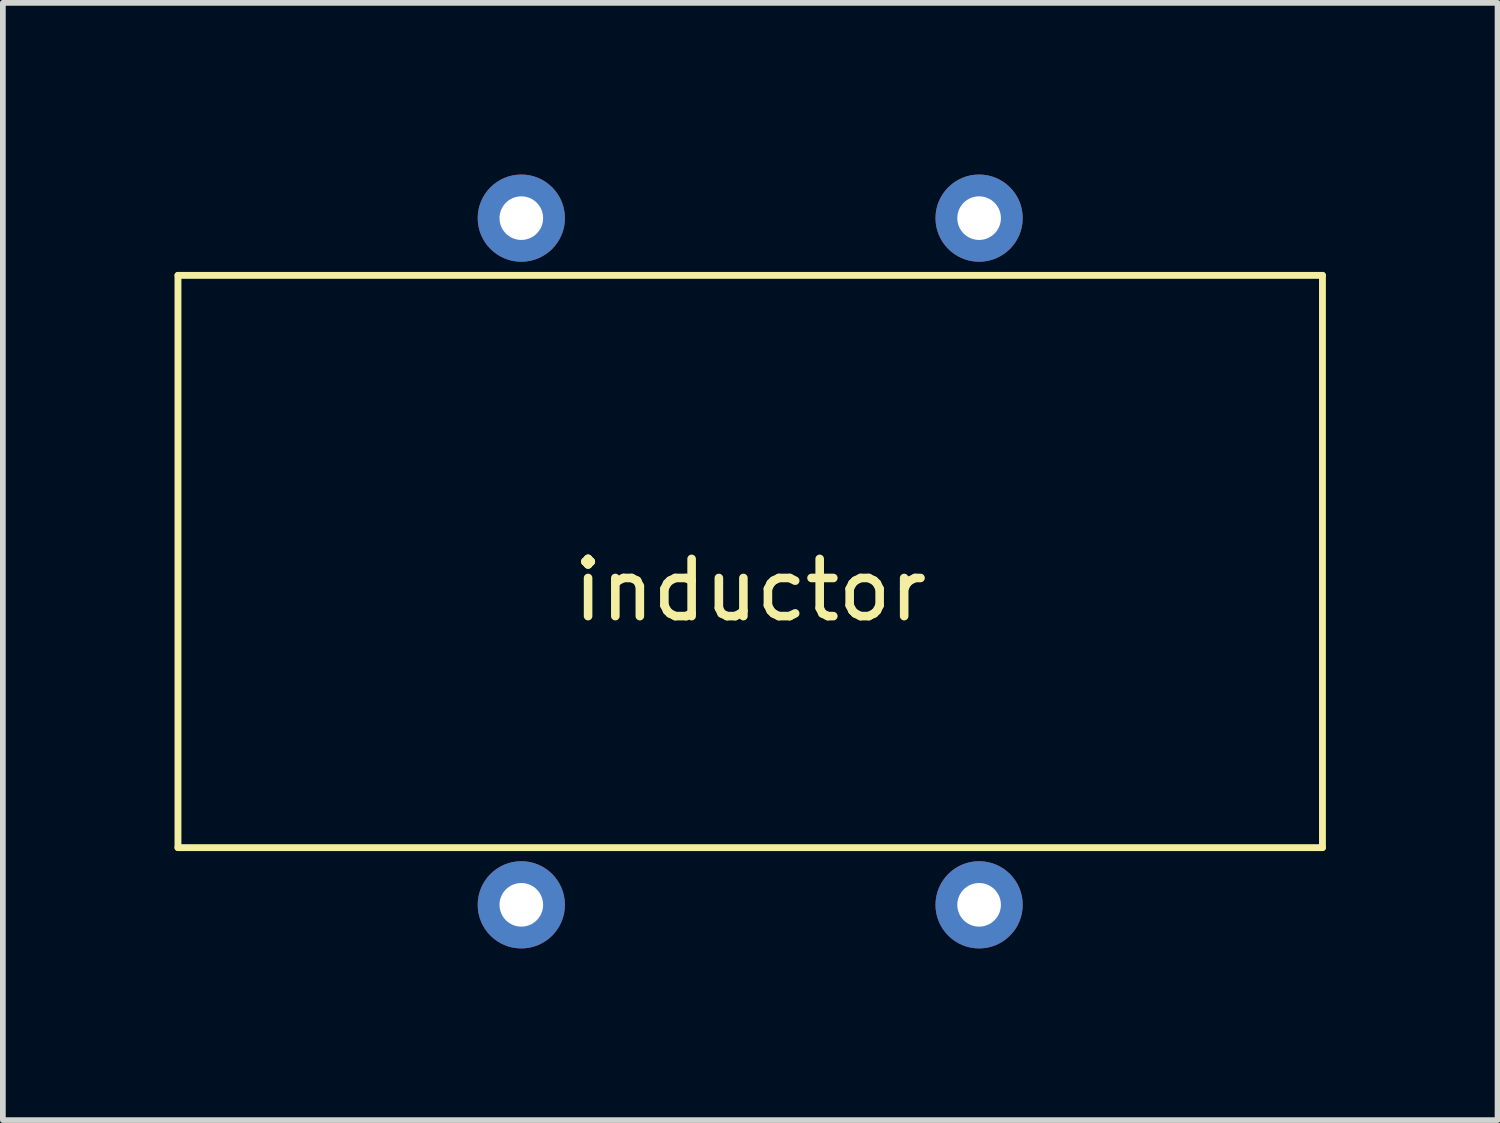
<source format=kicad_pcb>
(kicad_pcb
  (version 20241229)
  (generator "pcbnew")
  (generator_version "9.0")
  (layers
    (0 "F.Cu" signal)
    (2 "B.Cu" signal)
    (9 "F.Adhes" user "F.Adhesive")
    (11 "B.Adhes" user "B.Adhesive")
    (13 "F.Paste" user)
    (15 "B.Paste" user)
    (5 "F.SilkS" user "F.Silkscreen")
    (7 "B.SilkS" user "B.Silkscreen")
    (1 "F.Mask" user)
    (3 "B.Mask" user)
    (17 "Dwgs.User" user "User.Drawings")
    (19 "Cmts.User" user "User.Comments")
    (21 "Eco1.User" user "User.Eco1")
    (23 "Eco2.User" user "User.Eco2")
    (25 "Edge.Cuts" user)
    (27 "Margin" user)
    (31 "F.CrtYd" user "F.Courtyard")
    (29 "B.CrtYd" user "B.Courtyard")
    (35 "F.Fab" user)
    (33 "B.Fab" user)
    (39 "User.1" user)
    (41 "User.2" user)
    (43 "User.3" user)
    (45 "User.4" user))
  (footprint "inductor"
    (layer "F.Cu")
    (at 10.06 6.762)
    (property "Reference" "inductor" (at 0 0.5 0) (layer "F.SilkS") (effects (font (size 1 1) (thickness 0.15))))
    (attr through_hole)
    (fp_line (start -10 -5) (end 10 -5) (stroke (width 0.12) (type solid)) (layer "F.SilkS"))
    (fp_line (start -10 5) (end -10 -5) (stroke (width 0.12) (type solid)) (layer "F.SilkS"))
    (fp_line (start 10 -5) (end 10 5) (stroke (width 0.12) (type solid)) (layer "F.SilkS"))
    (fp_line (start 10 5) (end -10 5) (stroke (width 0.12) (type solid)) (layer "F.SilkS"))
    (pad "1" thru_hole circle (at -4 -6) (size 1.524 1.524) (drill 0.762) (layers "*.Cu" "*.Mask"))
    (pad "2" thru_hole circle (at -4 6) (size 1.524 1.524) (drill 0.762) (layers "*.Cu" "*.Mask"))
    (pad "3" thru_hole circle (at 4 -6) (size 1.524 1.524) (drill 0.762) (layers "*.Cu" "*.Mask"))
    (pad "4" thru_hole circle (at 4 6) (size 1.524 1.524) (drill 0.762) (layers "*.Cu" "*.Mask")))
  (gr_rect
    (start -3 -3)
    (end 23.12 16.524)
    (stroke (width 0.1) (type default))
    (fill no)
    (layer "Edge.Cuts")))
</source>
